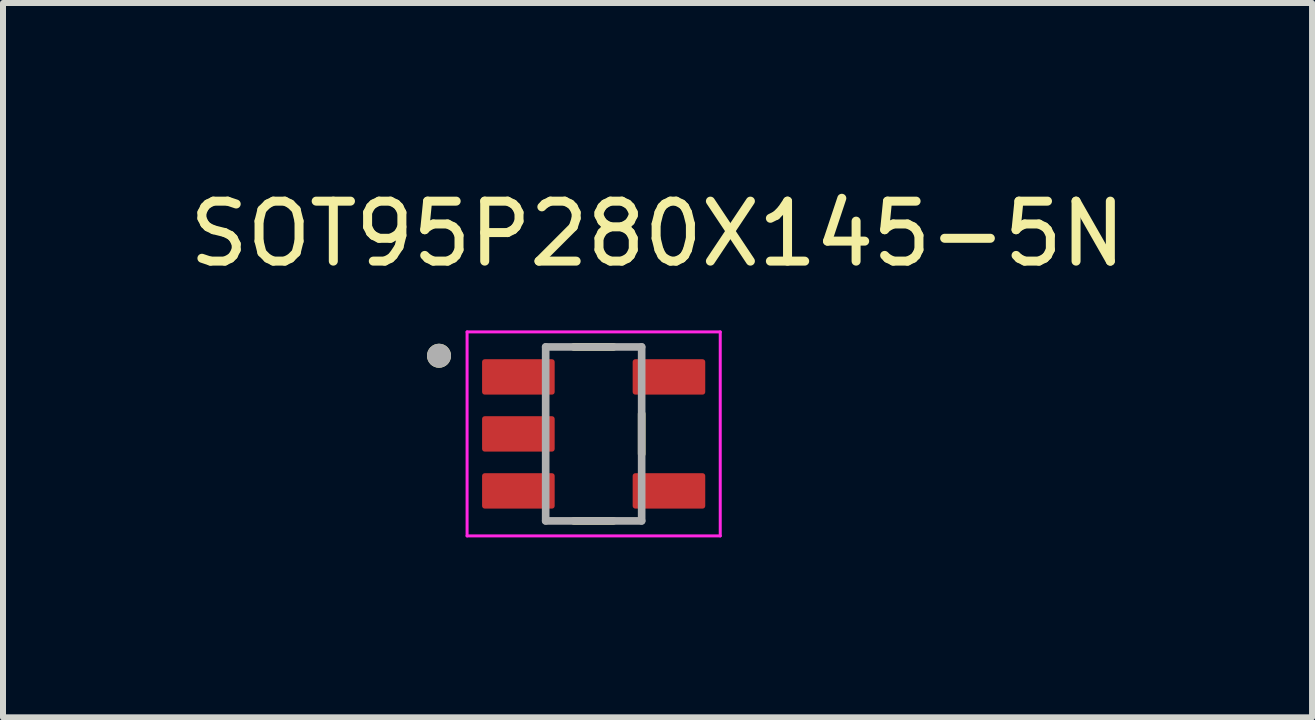
<source format=kicad_pcb>
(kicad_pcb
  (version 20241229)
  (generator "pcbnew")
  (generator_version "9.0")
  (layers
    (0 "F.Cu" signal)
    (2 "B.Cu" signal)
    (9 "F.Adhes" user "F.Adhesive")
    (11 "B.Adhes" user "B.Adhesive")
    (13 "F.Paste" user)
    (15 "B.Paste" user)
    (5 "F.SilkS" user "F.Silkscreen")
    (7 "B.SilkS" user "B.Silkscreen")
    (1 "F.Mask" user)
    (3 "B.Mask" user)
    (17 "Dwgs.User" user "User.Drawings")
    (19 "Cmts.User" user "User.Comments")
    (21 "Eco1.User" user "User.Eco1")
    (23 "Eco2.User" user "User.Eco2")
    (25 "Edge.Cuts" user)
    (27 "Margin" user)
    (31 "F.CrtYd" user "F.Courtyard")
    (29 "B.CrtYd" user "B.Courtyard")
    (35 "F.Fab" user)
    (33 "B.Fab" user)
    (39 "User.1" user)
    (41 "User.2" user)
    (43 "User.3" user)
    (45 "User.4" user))
  (footprint "SOT95P280X145-5N"
    (layer "F.Cu")
    (at 6.846 4.183)
    (property "Reference" "SOT95P280X145-5N" (at 1.065 -3.335 0) (layer "F.SilkS") (effects (font (size 1 1) (thickness 0.15))))
    (attr smd)
    (fp_line (start -0.33 -1.45) (end 0.33 -1.45) (stroke (width 0.127) (type solid)) (layer "F.SilkS"))
    (fp_line (start -0.33 1.45) (end 0.33 1.45) (stroke (width 0.127) (type solid)) (layer "F.SilkS"))
    (fp_line (start 0.8 -0.335) (end 0.8 0.335) (stroke (width 0.127) (type solid)) (layer "F.SilkS"))
    (fp_circle (center -2.578 -1.303) (end -2.478 -1.303) (stroke (width 0.2) (type solid)) (fill no) (layer "F.SilkS"))
    (fp_line (start -2.11 -1.7) (end -2.11 1.7) (stroke (width 0.05) (type solid)) (layer "F.CrtYd"))
    (fp_line (start -2.11 1.7) (end 2.11 1.7) (stroke (width 0.05) (type solid)) (layer "F.CrtYd"))
    (fp_line (start 2.11 -1.7) (end -2.11 -1.7) (stroke (width 0.05) (type solid)) (layer "F.CrtYd"))
    (fp_line (start 2.11 1.7) (end 2.11 -1.7) (stroke (width 0.05) (type solid)) (layer "F.CrtYd"))
    (fp_line (start -0.8 -1.45) (end 0.8 -1.45) (stroke (width 0.127) (type solid)) (layer "F.Fab"))
    (fp_line (start -0.8 1.45) (end -0.8 -1.45) (stroke (width 0.127) (type solid)) (layer "F.Fab"))
    (fp_line (start 0.8 -1.45) (end 0.8 1.45) (stroke (width 0.127) (type solid)) (layer "F.Fab"))
    (fp_line (start 0.8 1.45) (end -0.8 1.45) (stroke (width 0.127) (type solid)) (layer "F.Fab"))
    (fp_circle (center -2.578 -1.303) (end -2.478 -1.303) (stroke (width 0.2) (type solid)) (fill no) (layer "F.Fab"))
    (pad "1" smd roundrect (at -1.255 -0.95) (size 1.21 0.59) (layers "F.Cu" "F.Mask" "F.Paste") (roundrect_rratio 0.075))
    (pad "2" smd roundrect (at -1.255 0) (size 1.21 0.59) (layers "F.Cu" "F.Mask" "F.Paste") (roundrect_rratio 0.075))
    (pad "3" smd roundrect (at -1.255 0.95) (size 1.21 0.59) (layers "F.Cu" "F.Mask" "F.Paste") (roundrect_rratio 0.075))
    (pad "4" smd roundrect (at 1.255 0.95) (size 1.21 0.59) (layers "F.Cu" "F.Mask" "F.Paste") (roundrect_rratio 0.075))
    (pad "5" smd roundrect (at 1.255 -0.95) (size 1.21 0.59) (layers "F.Cu" "F.Mask" "F.Paste") (roundrect_rratio 0.075)))
  (gr_rect
    (start -3 -3)
    (end 18.821 8.908)
    (stroke (width 0.1) (type default))
    (fill no)
    (layer "Edge.Cuts")))
</source>
